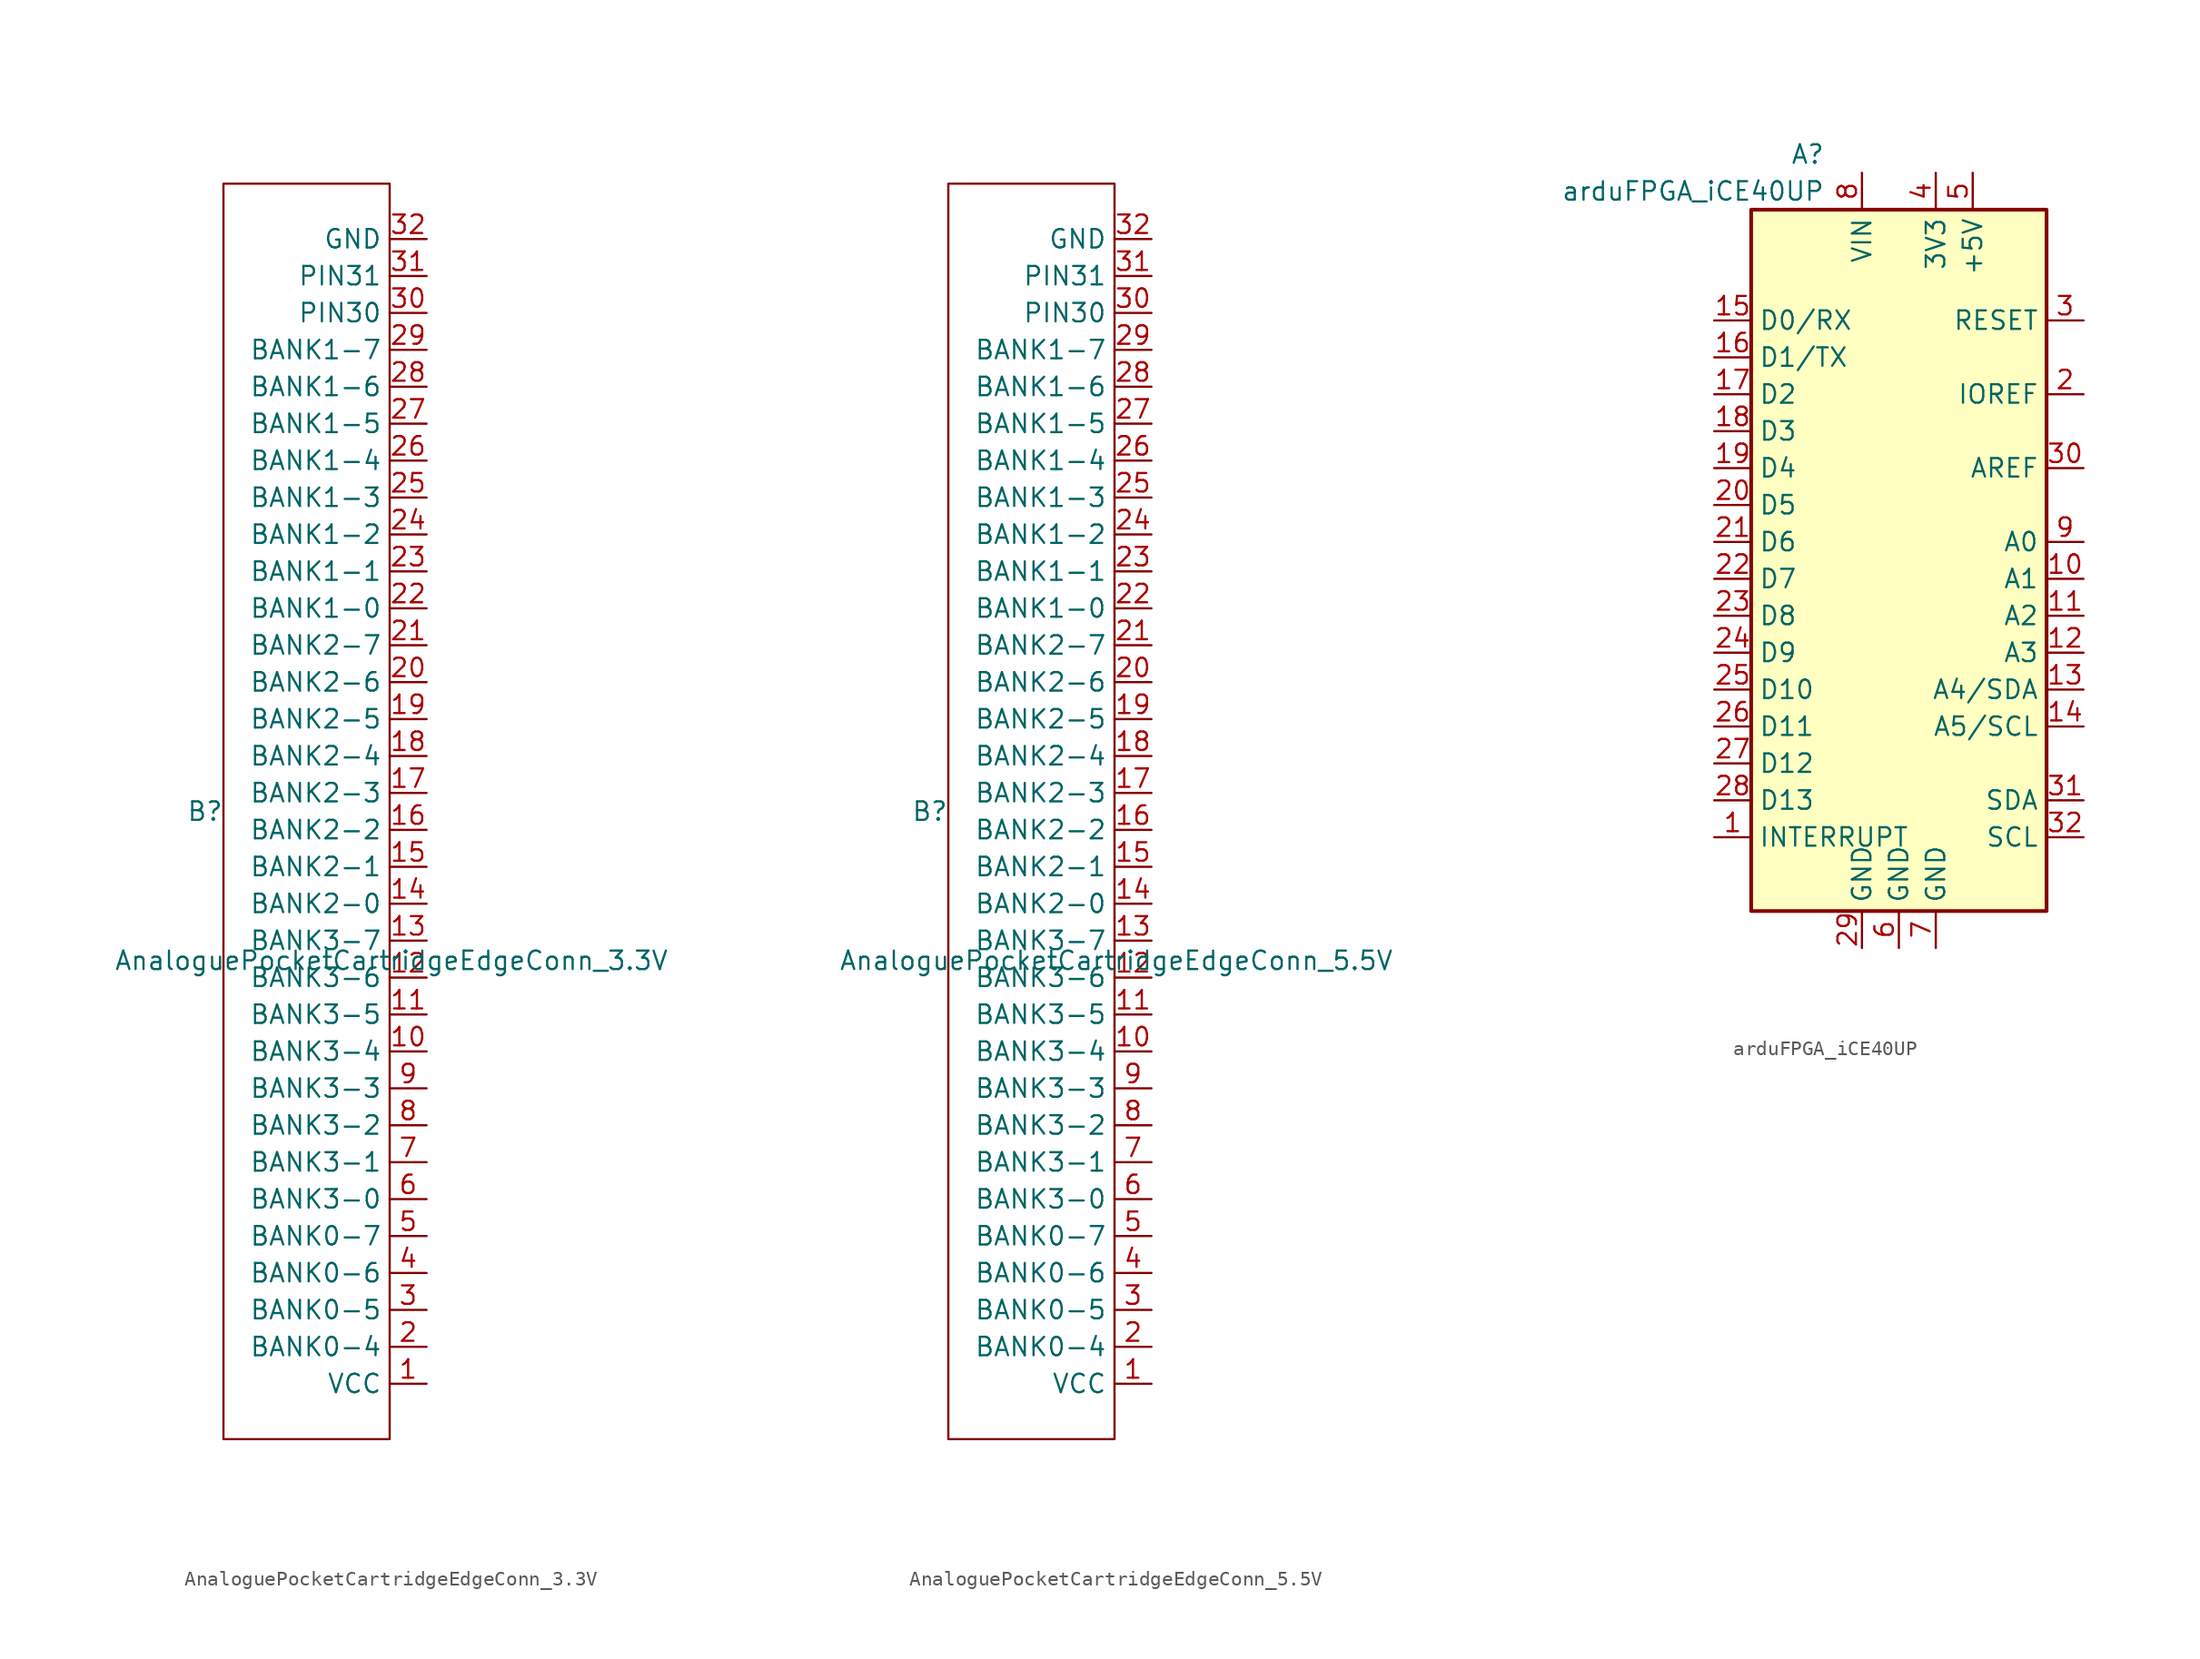
<source format=kicad_sym>
(kicad_symbol_lib
  (version 20220914)
  (generator kicad_symbol_editor)
  (symbol "AnaloguePocketCartridgeEdgeConn_3.3V"
    (property "Reference" "B"
      (at 2.54 0 0)
      (effects (font (size 1.27 1.27))))
    (property "Value" "AnaloguePocketCartridgeEdgeConn_3.3V"
      (at 15.366 -10.264 0)
      (effects (font (size 1.27 1.27))))
    (symbol "AnaloguePocketCartridgeEdgeConn_3.3V_0_1"
      (rectangle (start 3.81 43.18) (end 15.24 -43.18) (stroke (width 0) (type default)) (fill (type none))))
    (symbol "AnaloguePocketCartridgeEdgeConn_3.3V_1_1"
      (pin power_in line (at 17.78 -39.37 180) (length 2.54) (name "VCC" (effects (font (size 1.27 1.27)))) (number "1" (effects (font (size 1.27 1.27)))))
      (pin passive line (at 17.78 -16.51 180) (length 2.54) (name "BANK3-4" (effects (font (size 1.27 1.27)))) (number "10" (effects (font (size 1.27 1.27)))))
      (pin passive line (at 17.78 -13.97 180) (length 2.54) (name "BANK3-5" (effects (font (size 1.27 1.27)))) (number "11" (effects (font (size 1.27 1.27)))))
      (pin passive line (at 17.78 -11.43 180) (length 2.54) (name "BANK3-6" (effects (font (size 1.27 1.27)))) (number "12" (effects (font (size 1.27 1.27)))))
      (pin passive line (at 17.78 -8.89 180) (length 2.54) (name "BANK3-7" (effects (font (size 1.27 1.27)))) (number "13" (effects (font (size 1.27 1.27)))))
      (pin passive line (at 17.78 -6.35 180) (length 2.54) (name "BANK2-0" (effects (font (size 1.27 1.27)))) (number "14" (effects (font (size 1.27 1.27)))))
      (pin passive line (at 17.78 -3.81 180) (length 2.54) (name "BANK2-1" (effects (font (size 1.27 1.27)))) (number "15" (effects (font (size 1.27 1.27)))))
      (pin passive line (at 17.78 -1.27 180) (length 2.54) (name "BANK2-2" (effects (font (size 1.27 1.27)))) (number "16" (effects (font (size 1.27 1.27)))))
      (pin passive line (at 17.78 1.27 180) (length 2.54) (name "BANK2-3" (effects (font (size 1.27 1.27)))) (number "17" (effects (font (size 1.27 1.27)))))
      (pin passive line (at 17.78 3.81 180) (length 2.54) (name "BANK2-4" (effects (font (size 1.27 1.27)))) (number "18" (effects (font (size 1.27 1.27)))))
      (pin passive line (at 17.78 6.35 180) (length 2.54) (name "BANK2-5" (effects (font (size 1.27 1.27)))) (number "19" (effects (font (size 1.27 1.27)))))
      (pin passive line (at 17.78 -36.83 180) (length 2.54) (name "BANK0-4" (effects (font (size 1.27 1.27)))) (number "2" (effects (font (size 1.27 1.27)))))
      (pin passive line (at 17.78 8.89 180) (length 2.54) (name "BANK2-6" (effects (font (size 1.27 1.27)))) (number "20" (effects (font (size 1.27 1.27)))))
      (pin passive line (at 17.78 11.43 180) (length 2.54) (name "BANK2-7" (effects (font (size 1.27 1.27)))) (number "21" (effects (font (size 1.27 1.27)))))
      (pin passive line (at 17.78 13.97 180) (length 2.54) (name "BANK1-0" (effects (font (size 1.27 1.27)))) (number "22" (effects (font (size 1.27 1.27)))))
      (pin passive line (at 17.78 16.51 180) (length 2.54) (name "BANK1-1" (effects (font (size 1.27 1.27)))) (number "23" (effects (font (size 1.27 1.27)))))
      (pin passive line (at 17.78 19.05 180) (length 2.54) (name "BANK1-2" (effects (font (size 1.27 1.27)))) (number "24" (effects (font (size 1.27 1.27)))))
      (pin passive line (at 17.78 21.59 180) (length 2.54) (name "BANK1-3" (effects (font (size 1.27 1.27)))) (number "25" (effects (font (size 1.27 1.27)))))
      (pin passive line (at 17.78 24.13 180) (length 2.54) (name "BANK1-4" (effects (font (size 1.27 1.27)))) (number "26" (effects (font (size 1.27 1.27)))))
      (pin passive line (at 17.78 26.67 180) (length 2.54) (name "BANK1-5" (effects (font (size 1.27 1.27)))) (number "27" (effects (font (size 1.27 1.27)))))
      (pin passive line (at 17.78 29.21 180) (length 2.54) (name "BANK1-6" (effects (font (size 1.27 1.27)))) (number "28" (effects (font (size 1.27 1.27)))))
      (pin passive line (at 17.78 31.75 180) (length 2.54) (name "BANK1-7" (effects (font (size 1.27 1.27)))) (number "29" (effects (font (size 1.27 1.27)))))
      (pin passive line (at 17.78 -34.29 180) (length 2.54) (name "BANK0-5" (effects (font (size 1.27 1.27)))) (number "3" (effects (font (size 1.27 1.27)))))
      (pin passive line (at 17.78 34.29 180) (length 2.54) (name "PIN30" (effects (font (size 1.27 1.27)))) (number "30" (effects (font (size 1.27 1.27)))))
      (pin passive line (at 17.78 36.83 180) (length 2.54) (name "PIN31" (effects (font (size 1.27 1.27)))) (number "31" (effects (font (size 1.27 1.27)))))
      (pin power_in line (at 17.78 39.37 180) (length 2.54) (name "GND" (effects (font (size 1.27 1.27)))) (number "32" (effects (font (size 1.27 1.27)))))
      (pin passive line (at 17.78 -31.75 180) (length 2.54) (name "BANK0-6" (effects (font (size 1.27 1.27)))) (number "4" (effects (font (size 1.27 1.27)))))
      (pin passive line (at 17.78 -29.21 180) (length 2.54) (name "BANK0-7" (effects (font (size 1.27 1.27)))) (number "5" (effects (font (size 1.27 1.27)))))
      (pin passive line (at 17.78 -26.67 180) (length 2.54) (name "BANK3-0" (effects (font (size 1.27 1.27)))) (number "6" (effects (font (size 1.27 1.27)))))
      (pin passive line (at 17.78 -24.13 180) (length 2.54) (name "BANK3-1" (effects (font (size 1.27 1.27)))) (number "7" (effects (font (size 1.27 1.27)))))
      (pin passive line (at 17.78 -21.59 180) (length 2.54) (name "BANK3-2" (effects (font (size 1.27 1.27)))) (number "8" (effects (font (size 1.27 1.27)))))
      (pin passive line (at 17.78 -19.05 180) (length 2.54) (name "BANK3-3" (effects (font (size 1.27 1.27)))) (number "9" (effects (font (size 1.27 1.27)))))))
  (symbol "AnaloguePocketCartridgeEdgeConn_5.5V"
    (property "Reference" "B"
      (at 2.54 0 0)
      (effects (font (size 1.27 1.27))))
    (property "Value" "AnaloguePocketCartridgeEdgeConn_5.5V"
      (at 15.366 -10.264 0)
      (effects (font (size 1.27 1.27))))
    (symbol "AnaloguePocketCartridgeEdgeConn_5.5V_0_1"
      (rectangle (start 3.81 43.18) (end 15.24 -43.18) (stroke (width 0) (type default)) (fill (type none))))
    (symbol "AnaloguePocketCartridgeEdgeConn_5.5V_1_1"
      (pin power_in line (at 17.78 -39.37 180) (length 2.54) (name "VCC" (effects (font (size 1.27 1.27)))) (number "1" (effects (font (size 1.27 1.27)))))
      (pin passive line (at 17.78 -16.51 180) (length 2.54) (name "BANK3-4" (effects (font (size 1.27 1.27)))) (number "10" (effects (font (size 1.27 1.27)))))
      (pin passive line (at 17.78 -13.97 180) (length 2.54) (name "BANK3-5" (effects (font (size 1.27 1.27)))) (number "11" (effects (font (size 1.27 1.27)))))
      (pin passive line (at 17.78 -11.43 180) (length 2.54) (name "BANK3-6" (effects (font (size 1.27 1.27)))) (number "12" (effects (font (size 1.27 1.27)))))
      (pin passive line (at 17.78 -8.89 180) (length 2.54) (name "BANK3-7" (effects (font (size 1.27 1.27)))) (number "13" (effects (font (size 1.27 1.27)))))
      (pin passive line (at 17.78 -6.35 180) (length 2.54) (name "BANK2-0" (effects (font (size 1.27 1.27)))) (number "14" (effects (font (size 1.27 1.27)))))
      (pin passive line (at 17.78 -3.81 180) (length 2.54) (name "BANK2-1" (effects (font (size 1.27 1.27)))) (number "15" (effects (font (size 1.27 1.27)))))
      (pin passive line (at 17.78 -1.27 180) (length 2.54) (name "BANK2-2" (effects (font (size 1.27 1.27)))) (number "16" (effects (font (size 1.27 1.27)))))
      (pin passive line (at 17.78 1.27 180) (length 2.54) (name "BANK2-3" (effects (font (size 1.27 1.27)))) (number "17" (effects (font (size 1.27 1.27)))))
      (pin passive line (at 17.78 3.81 180) (length 2.54) (name "BANK2-4" (effects (font (size 1.27 1.27)))) (number "18" (effects (font (size 1.27 1.27)))))
      (pin passive line (at 17.78 6.35 180) (length 2.54) (name "BANK2-5" (effects (font (size 1.27 1.27)))) (number "19" (effects (font (size 1.27 1.27)))))
      (pin passive line (at 17.78 -36.83 180) (length 2.54) (name "BANK0-4" (effects (font (size 1.27 1.27)))) (number "2" (effects (font (size 1.27 1.27)))))
      (pin passive line (at 17.78 8.89 180) (length 2.54) (name "BANK2-6" (effects (font (size 1.27 1.27)))) (number "20" (effects (font (size 1.27 1.27)))))
      (pin passive line (at 17.78 11.43 180) (length 2.54) (name "BANK2-7" (effects (font (size 1.27 1.27)))) (number "21" (effects (font (size 1.27 1.27)))))
      (pin passive line (at 17.78 13.97 180) (length 2.54) (name "BANK1-0" (effects (font (size 1.27 1.27)))) (number "22" (effects (font (size 1.27 1.27)))))
      (pin passive line (at 17.78 16.51 180) (length 2.54) (name "BANK1-1" (effects (font (size 1.27 1.27)))) (number "23" (effects (font (size 1.27 1.27)))))
      (pin passive line (at 17.78 19.05 180) (length 2.54) (name "BANK1-2" (effects (font (size 1.27 1.27)))) (number "24" (effects (font (size 1.27 1.27)))))
      (pin passive line (at 17.78 21.59 180) (length 2.54) (name "BANK1-3" (effects (font (size 1.27 1.27)))) (number "25" (effects (font (size 1.27 1.27)))))
      (pin passive line (at 17.78 24.13 180) (length 2.54) (name "BANK1-4" (effects (font (size 1.27 1.27)))) (number "26" (effects (font (size 1.27 1.27)))))
      (pin passive line (at 17.78 26.67 180) (length 2.54) (name "BANK1-5" (effects (font (size 1.27 1.27)))) (number "27" (effects (font (size 1.27 1.27)))))
      (pin passive line (at 17.78 29.21 180) (length 2.54) (name "BANK1-6" (effects (font (size 1.27 1.27)))) (number "28" (effects (font (size 1.27 1.27)))))
      (pin passive line (at 17.78 31.75 180) (length 2.54) (name "BANK1-7" (effects (font (size 1.27 1.27)))) (number "29" (effects (font (size 1.27 1.27)))))
      (pin passive line (at 17.78 -34.29 180) (length 2.54) (name "BANK0-5" (effects (font (size 1.27 1.27)))) (number "3" (effects (font (size 1.27 1.27)))))
      (pin passive line (at 17.78 34.29 180) (length 2.54) (name "PIN30" (effects (font (size 1.27 1.27)))) (number "30" (effects (font (size 1.27 1.27)))))
      (pin passive line (at 17.78 36.83 180) (length 2.54) (name "PIN31" (effects (font (size 1.27 1.27)))) (number "31" (effects (font (size 1.27 1.27)))))
      (pin power_in line (at 17.78 39.37 180) (length 2.54) (name "GND" (effects (font (size 1.27 1.27)))) (number "32" (effects (font (size 1.27 1.27)))))
      (pin passive line (at 17.78 -31.75 180) (length 2.54) (name "BANK0-6" (effects (font (size 1.27 1.27)))) (number "4" (effects (font (size 1.27 1.27)))))
      (pin passive line (at 17.78 -29.21 180) (length 2.54) (name "BANK0-7" (effects (font (size 1.27 1.27)))) (number "5" (effects (font (size 1.27 1.27)))))
      (pin passive line (at 17.78 -26.67 180) (length 2.54) (name "BANK3-0" (effects (font (size 1.27 1.27)))) (number "6" (effects (font (size 1.27 1.27)))))
      (pin passive line (at 17.78 -24.13 180) (length 2.54) (name "BANK3-1" (effects (font (size 1.27 1.27)))) (number "7" (effects (font (size 1.27 1.27)))))
      (pin passive line (at 17.78 -21.59 180) (length 2.54) (name "BANK3-2" (effects (font (size 1.27 1.27)))) (number "8" (effects (font (size 1.27 1.27)))))
      (pin passive line (at 17.78 -19.05 180) (length 2.54) (name "BANK3-3" (effects (font (size 1.27 1.27)))) (number "9" (effects (font (size 1.27 1.27)))))))
  (symbol "arduFPGA_iCE40UP"
    (property "Reference" "A"
      (at -5.08 26.67 0)
      (effects (font (size 1.27 1.27)) (justify right)))
    (property "Value" "arduFPGA_iCE40UP"
      (at -5.08 24.13 0)
      (effects (font (size 1.27 1.27)) (justify right)))
    (symbol "arduFPGA_iCE40UP_0_1"
      (rectangle (start -10.16 22.86) (end 10.16 -25.4) (stroke (width 0.254) (type default)) (fill (type background))))
    (symbol "arduFPGA_iCE40UP_1_1"
      (pin bidirectional line (at -12.7 -20.32 0) (length 2.54) (name "INTERRUPT" (effects (font (size 1.27 1.27)))) (number "1" (effects (font (size 1.27 1.27)))))
      (pin bidirectional line (at 12.7 -2.54 180) (length 2.54) (name "A1" (effects (font (size 1.27 1.27)))) (number "10" (effects (font (size 1.27 1.27)))))
      (pin bidirectional line (at 12.7 -5.08 180) (length 2.54) (name "A2" (effects (font (size 1.27 1.27)))) (number "11" (effects (font (size 1.27 1.27)))))
      (pin bidirectional line (at 12.7 -7.62 180) (length 2.54) (name "A3" (effects (font (size 1.27 1.27)))) (number "12" (effects (font (size 1.27 1.27)))))
      (pin bidirectional line (at 12.7 -10.16 180) (length 2.54) (name "A4/SDA" (effects (font (size 1.27 1.27)))) (number "13" (effects (font (size 1.27 1.27)))))
      (pin bidirectional line (at 12.7 -12.7 180) (length 2.54) (name "A5/SCL" (effects (font (size 1.27 1.27)))) (number "14" (effects (font (size 1.27 1.27)))))
      (pin bidirectional line (at -12.7 15.24 0) (length 2.54) (name "D0/RX" (effects (font (size 1.27 1.27)))) (number "15" (effects (font (size 1.27 1.27)))))
      (pin bidirectional line (at -12.7 12.7 0) (length 2.54) (name "D1/TX" (effects (font (size 1.27 1.27)))) (number "16" (effects (font (size 1.27 1.27)))))
      (pin bidirectional line (at -12.7 10.16 0) (length 2.54) (name "D2" (effects (font (size 1.27 1.27)))) (number "17" (effects (font (size 1.27 1.27)))))
      (pin bidirectional line (at -12.7 7.62 0) (length 2.54) (name "D3" (effects (font (size 1.27 1.27)))) (number "18" (effects (font (size 1.27 1.27)))))
      (pin bidirectional line (at -12.7 5.08 0) (length 2.54) (name "D4" (effects (font (size 1.27 1.27)))) (number "19" (effects (font (size 1.27 1.27)))))
      (pin output line (at 12.7 10.16 180) (length 2.54) (name "IOREF" (effects (font (size 1.27 1.27)))) (number "2" (effects (font (size 1.27 1.27)))))
      (pin bidirectional line (at -12.7 2.54 0) (length 2.54) (name "D5" (effects (font (size 1.27 1.27)))) (number "20" (effects (font (size 1.27 1.27)))))
      (pin bidirectional line (at -12.7 0 0) (length 2.54) (name "D6" (effects (font (size 1.27 1.27)))) (number "21" (effects (font (size 1.27 1.27)))))
      (pin bidirectional line (at -12.7 -2.54 0) (length 2.54) (name "D7" (effects (font (size 1.27 1.27)))) (number "22" (effects (font (size 1.27 1.27)))))
      (pin bidirectional line (at -12.7 -5.08 0) (length 2.54) (name "D8" (effects (font (size 1.27 1.27)))) (number "23" (effects (font (size 1.27 1.27)))))
      (pin bidirectional line (at -12.7 -7.62 0) (length 2.54) (name "D9" (effects (font (size 1.27 1.27)))) (number "24" (effects (font (size 1.27 1.27)))))
      (pin bidirectional line (at -12.7 -10.16 0) (length 2.54) (name "D10" (effects (font (size 1.27 1.27)))) (number "25" (effects (font (size 1.27 1.27)))))
      (pin bidirectional line (at -12.7 -12.7 0) (length 2.54) (name "D11" (effects (font (size 1.27 1.27)))) (number "26" (effects (font (size 1.27 1.27)))))
      (pin bidirectional line (at -12.7 -15.24 0) (length 2.54) (name "D12" (effects (font (size 1.27 1.27)))) (number "27" (effects (font (size 1.27 1.27)))))
      (pin bidirectional line (at -12.7 -17.78 0) (length 2.54) (name "D13" (effects (font (size 1.27 1.27)))) (number "28" (effects (font (size 1.27 1.27)))))
      (pin power_in line (at -2.54 -27.94 90) (length 2.54) (name "GND" (effects (font (size 1.27 1.27)))) (number "29" (effects (font (size 1.27 1.27)))))
      (pin input line (at 12.7 15.24 180) (length 2.54) (name "RESET" (effects (font (size 1.27 1.27)))) (number "3" (effects (font (size 1.27 1.27)))))
      (pin input line (at 12.7 5.08 180) (length 2.54) (name "AREF" (effects (font (size 1.27 1.27)))) (number "30" (effects (font (size 1.27 1.27)))))
      (pin bidirectional line (at 12.7 -17.78 180) (length 2.54) (name "SDA" (effects (font (size 1.27 1.27)))) (number "31" (effects (font (size 1.27 1.27)))))
      (pin bidirectional line (at 12.7 -20.32 180) (length 2.54) (name "SCL" (effects (font (size 1.27 1.27)))) (number "32" (effects (font (size 1.27 1.27)))))
      (pin power_out line (at 2.54 25.4 270) (length 2.54) (name "3V3" (effects (font (size 1.27 1.27)))) (number "4" (effects (font (size 1.27 1.27)))))
      (pin power_out line (at 5.08 25.4 270) (length 2.54) (name "+5V" (effects (font (size 1.27 1.27)))) (number "5" (effects (font (size 1.27 1.27)))))
      (pin power_in line (at 0 -27.94 90) (length 2.54) (name "GND" (effects (font (size 1.27 1.27)))) (number "6" (effects (font (size 1.27 1.27)))))
      (pin power_in line (at 2.54 -27.94 90) (length 2.54) (name "GND" (effects (font (size 1.27 1.27)))) (number "7" (effects (font (size 1.27 1.27)))))
      (pin power_in line (at -2.54 25.4 270) (length 2.54) (name "VIN" (effects (font (size 1.27 1.27)))) (number "8" (effects (font (size 1.27 1.27)))))
      (pin bidirectional line (at 12.7 0 180) (length 2.54) (name "A0" (effects (font (size 1.27 1.27)))) (number "9" (effects (font (size 1.27 1.27))))))))
</source>
